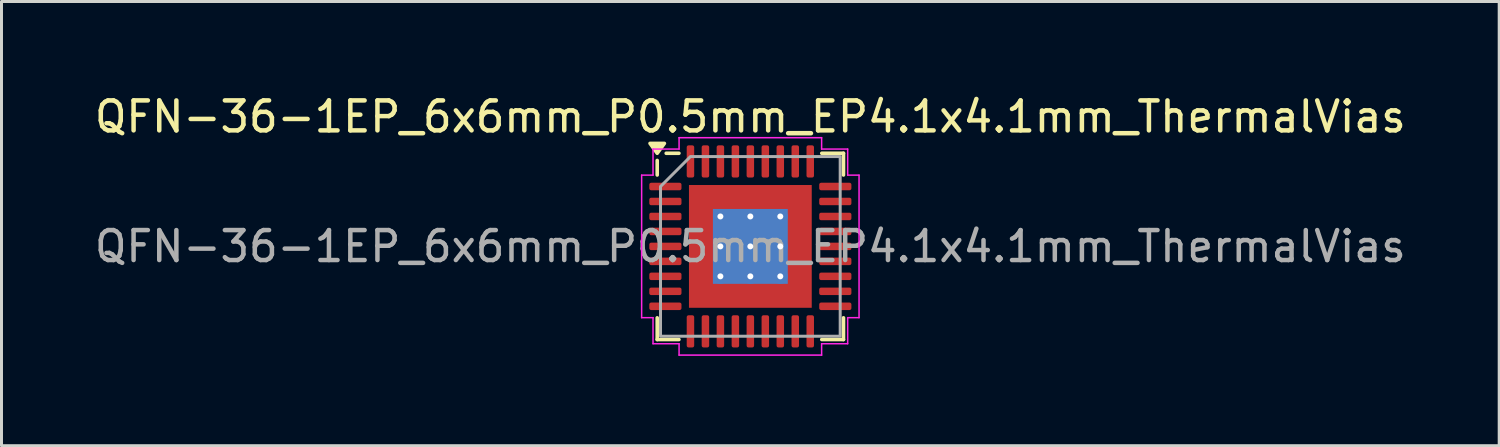
<source format=kicad_pcb>
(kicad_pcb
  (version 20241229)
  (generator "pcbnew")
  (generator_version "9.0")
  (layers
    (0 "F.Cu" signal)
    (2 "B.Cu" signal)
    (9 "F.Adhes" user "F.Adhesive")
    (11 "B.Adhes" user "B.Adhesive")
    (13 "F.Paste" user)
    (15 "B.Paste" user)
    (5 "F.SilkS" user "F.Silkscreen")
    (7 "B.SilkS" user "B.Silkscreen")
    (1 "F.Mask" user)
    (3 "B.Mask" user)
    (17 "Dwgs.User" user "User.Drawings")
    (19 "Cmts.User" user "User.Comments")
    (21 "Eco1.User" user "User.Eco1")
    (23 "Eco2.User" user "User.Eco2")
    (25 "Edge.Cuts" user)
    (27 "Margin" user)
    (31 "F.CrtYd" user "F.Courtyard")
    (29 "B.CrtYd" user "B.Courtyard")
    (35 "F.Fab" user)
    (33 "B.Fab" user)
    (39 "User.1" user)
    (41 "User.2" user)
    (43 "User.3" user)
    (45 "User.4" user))
  (footprint "QFN-36-1EP_6x6mm_P0.5mm_EP4.1x4.1mm_ThermalVias"
    (layer "F.Cu")
    (at 22.006 5.178)
    (property "Reference" "QFN-36-1EP_6x6mm_P0.5mm_EP4.1x4.1mm_ThermalVias" (at 0 -4.33 0) (layer "F.SilkS") (effects (font (size 1 1) (thickness 0.15))))
    (attr smd)
    (fp_line (start -3.11 -2.385) (end -3.11 -2.87) (stroke (width 0.12) (type solid)) (layer "F.SilkS"))
    (fp_line (start -3.11 3.11) (end -3.11 2.385) (stroke (width 0.12) (type solid)) (layer "F.SilkS"))
    (fp_line (start -2.385 -3.11) (end -2.81 -3.11) (stroke (width 0.12) (type solid)) (layer "F.SilkS"))
    (fp_line (start -2.385 3.11) (end -3.11 3.11) (stroke (width 0.12) (type solid)) (layer "F.SilkS"))
    (fp_line (start 2.385 -3.11) (end 3.11 -3.11) (stroke (width 0.12) (type solid)) (layer "F.SilkS"))
    (fp_line (start 2.385 3.11) (end 3.11 3.11) (stroke (width 0.12) (type solid)) (layer "F.SilkS"))
    (fp_line (start 3.11 -3.11) (end 3.11 -2.385) (stroke (width 0.12) (type solid)) (layer "F.SilkS"))
    (fp_line (start 3.11 3.11) (end 3.11 2.385) (stroke (width 0.12) (type solid)) (layer "F.SilkS"))
    (fp_poly (pts (xy -3.11 -3.11) (xy -3.35 -3.44) (xy -2.87 -3.44)) (stroke (width 0.12) (type solid)) (fill yes) (layer "F.SilkS"))
    (fp_line (start -3.63 -2.38) (end -3.25 -2.38) (stroke (width 0.05) (type solid)) (layer "F.CrtYd"))
    (fp_line (start -3.63 2.38) (end -3.63 -2.38) (stroke (width 0.05) (type solid)) (layer "F.CrtYd"))
    (fp_line (start -3.25 -3.25) (end -2.38 -3.25) (stroke (width 0.05) (type solid)) (layer "F.CrtYd"))
    (fp_line (start -3.25 -2.38) (end -3.25 -3.25) (stroke (width 0.05) (type solid)) (layer "F.CrtYd"))
    (fp_line (start -3.25 2.38) (end -3.63 2.38) (stroke (width 0.05) (type solid)) (layer "F.CrtYd"))
    (fp_line (start -3.25 3.25) (end -3.25 2.38) (stroke (width 0.05) (type solid)) (layer "F.CrtYd"))
    (fp_line (start -2.38 -3.63) (end 2.38 -3.63) (stroke (width 0.05) (type solid)) (layer "F.CrtYd"))
    (fp_line (start -2.38 -3.25) (end -2.38 -3.63) (stroke (width 0.05) (type solid)) (layer "F.CrtYd"))
    (fp_line (start -2.38 3.25) (end -3.25 3.25) (stroke (width 0.05) (type solid)) (layer "F.CrtYd"))
    (fp_line (start -2.38 3.63) (end -2.38 3.25) (stroke (width 0.05) (type solid)) (layer "F.CrtYd"))
    (fp_line (start 2.38 -3.63) (end 2.38 -3.25) (stroke (width 0.05) (type solid)) (layer "F.CrtYd"))
    (fp_line (start 2.38 -3.25) (end 3.25 -3.25) (stroke (width 0.05) (type solid)) (layer "F.CrtYd"))
    (fp_line (start 2.38 3.25) (end 2.38 3.63) (stroke (width 0.05) (type solid)) (layer "F.CrtYd"))
    (fp_line (start 2.38 3.63) (end -2.38 3.63) (stroke (width 0.05) (type solid)) (layer "F.CrtYd"))
    (fp_line (start 3.25 -3.25) (end 3.25 -2.38) (stroke (width 0.05) (type solid)) (layer "F.CrtYd"))
    (fp_line (start 3.25 -2.38) (end 3.63 -2.38) (stroke (width 0.05) (type solid)) (layer "F.CrtYd"))
    (fp_line (start 3.25 2.38) (end 3.25 3.25) (stroke (width 0.05) (type solid)) (layer "F.CrtYd"))
    (fp_line (start 3.25 3.25) (end 2.38 3.25) (stroke (width 0.05) (type solid)) (layer "F.CrtYd"))
    (fp_line (start 3.63 -2.38) (end 3.63 2.38) (stroke (width 0.05) (type solid)) (layer "F.CrtYd"))
    (fp_line (start 3.63 2.38) (end 3.25 2.38) (stroke (width 0.05) (type solid)) (layer "F.CrtYd"))
    (fp_poly (pts (xy -3 -2) (xy -3 3) (xy 3 3) (xy 3 -3) (xy -2 -3)) (stroke (width 0.1) (type solid)) (fill no) (layer "F.Fab"))
    (fp_text user "${REFERENCE}" (at 0 0 0) (layer "F.Fab") (effects (font (size 1 1) (thickness 0.15))))
    (pad "" smd roundrect (at -1.37 -1.37) (size 1.1 1.1) (layers "F.Paste") (roundrect_rratio 0.227))
    (pad "" smd roundrect (at -1.37 0) (size 1.1 1.1) (layers "F.Paste") (roundrect_rratio 0.227))
    (pad "" smd roundrect (at -1.37 1.37) (size 1.1 1.1) (layers "F.Paste") (roundrect_rratio 0.227))
    (pad "" smd roundrect (at 0 -1.37) (size 1.1 1.1) (layers "F.Paste") (roundrect_rratio 0.227))
    (pad "" smd roundrect (at 0 0) (size 1.1 1.1) (layers "F.Paste") (roundrect_rratio 0.227))
    (pad "" smd roundrect (at 0 1.37) (size 1.1 1.1) (layers "F.Paste") (roundrect_rratio 0.227))
    (pad "" smd roundrect (at 1.37 -1.37) (size 1.1 1.1) (layers "F.Paste") (roundrect_rratio 0.227))
    (pad "" smd roundrect (at 1.37 0) (size 1.1 1.1) (layers "F.Paste") (roundrect_rratio 0.227))
    (pad "" smd roundrect (at 1.37 1.37) (size 1.1 1.1) (layers "F.Paste") (roundrect_rratio 0.227))
    (pad "1" smd roundrect (at -2.837 -2) (size 1.075 0.25) (layers "F.Cu" "F.Mask" "F.Paste") (roundrect_rratio 0.25))
    (pad "2" smd roundrect (at -2.837 -1.5) (size 1.075 0.25) (layers "F.Cu" "F.Mask" "F.Paste") (roundrect_rratio 0.25))
    (pad "3" smd roundrect (at -2.837 -1) (size 1.075 0.25) (layers "F.Cu" "F.Mask" "F.Paste") (roundrect_rratio 0.25))
    (pad "4" smd roundrect (at -2.837 -0.5) (size 1.075 0.25) (layers "F.Cu" "F.Mask" "F.Paste") (roundrect_rratio 0.25))
    (pad "5" smd roundrect (at -2.837 0) (size 1.075 0.25) (layers "F.Cu" "F.Mask" "F.Paste") (roundrect_rratio 0.25))
    (pad "6" smd roundrect (at -2.837 0.5) (size 1.075 0.25) (layers "F.Cu" "F.Mask" "F.Paste") (roundrect_rratio 0.25))
    (pad "7" smd roundrect (at -2.837 1) (size 1.075 0.25) (layers "F.Cu" "F.Mask" "F.Paste") (roundrect_rratio 0.25))
    (pad "8" smd roundrect (at -2.837 1.5) (size 1.075 0.25) (layers "F.Cu" "F.Mask" "F.Paste") (roundrect_rratio 0.25))
    (pad "9" smd roundrect (at -2.837 2) (size 1.075 0.25) (layers "F.Cu" "F.Mask" "F.Paste") (roundrect_rratio 0.25))
    (pad "10" smd roundrect (at -2 2.837) (size 0.25 1.075) (layers "F.Cu" "F.Mask" "F.Paste") (roundrect_rratio 0.25))
    (pad "11" smd roundrect (at -1.5 2.837) (size 0.25 1.075) (layers "F.Cu" "F.Mask" "F.Paste") (roundrect_rratio 0.25))
    (pad "12" smd roundrect (at -1 2.837) (size 0.25 1.075) (layers "F.Cu" "F.Mask" "F.Paste") (roundrect_rratio 0.25))
    (pad "13" smd roundrect (at -0.5 2.837) (size 0.25 1.075) (layers "F.Cu" "F.Mask" "F.Paste") (roundrect_rratio 0.25))
    (pad "14" smd roundrect (at 0 2.837) (size 0.25 1.075) (layers "F.Cu" "F.Mask" "F.Paste") (roundrect_rratio 0.25))
    (pad "15" smd roundrect (at 0.5 2.837) (size 0.25 1.075) (layers "F.Cu" "F.Mask" "F.Paste") (roundrect_rratio 0.25))
    (pad "16" smd roundrect (at 1 2.837) (size 0.25 1.075) (layers "F.Cu" "F.Mask" "F.Paste") (roundrect_rratio 0.25))
    (pad "17" smd roundrect (at 1.5 2.837) (size 0.25 1.075) (layers "F.Cu" "F.Mask" "F.Paste") (roundrect_rratio 0.25))
    (pad "18" smd roundrect (at 2 2.837) (size 0.25 1.075) (layers "F.Cu" "F.Mask" "F.Paste") (roundrect_rratio 0.25))
    (pad "19" smd roundrect (at 2.837 2) (size 1.075 0.25) (layers "F.Cu" "F.Mask" "F.Paste") (roundrect_rratio 0.25))
    (pad "20" smd roundrect (at 2.837 1.5) (size 1.075 0.25) (layers "F.Cu" "F.Mask" "F.Paste") (roundrect_rratio 0.25))
    (pad "21" smd roundrect (at 2.837 1) (size 1.075 0.25) (layers "F.Cu" "F.Mask" "F.Paste") (roundrect_rratio 0.25))
    (pad "22" smd roundrect (at 2.837 0.5) (size 1.075 0.25) (layers "F.Cu" "F.Mask" "F.Paste") (roundrect_rratio 0.25))
    (pad "23" smd roundrect (at 2.837 0) (size 1.075 0.25) (layers "F.Cu" "F.Mask" "F.Paste") (roundrect_rratio 0.25))
    (pad "24" smd roundrect (at 2.837 -0.5) (size 1.075 0.25) (layers "F.Cu" "F.Mask" "F.Paste") (roundrect_rratio 0.25))
    (pad "25" smd roundrect (at 2.837 -1) (size 1.075 0.25) (layers "F.Cu" "F.Mask" "F.Paste") (roundrect_rratio 0.25))
    (pad "26" smd roundrect (at 2.837 -1.5) (size 1.075 0.25) (layers "F.Cu" "F.Mask" "F.Paste") (roundrect_rratio 0.25))
    (pad "27" smd roundrect (at 2.837 -2) (size 1.075 0.25) (layers "F.Cu" "F.Mask" "F.Paste") (roundrect_rratio 0.25))
    (pad "28" smd roundrect (at 2 -2.837) (size 0.25 1.075) (layers "F.Cu" "F.Mask" "F.Paste") (roundrect_rratio 0.25))
    (pad "29" smd roundrect (at 1.5 -2.837) (size 0.25 1.075) (layers "F.Cu" "F.Mask" "F.Paste") (roundrect_rratio 0.25))
    (pad "30" smd roundrect (at 1 -2.837) (size 0.25 1.075) (layers "F.Cu" "F.Mask" "F.Paste") (roundrect_rratio 0.25))
    (pad "31" smd roundrect (at 0.5 -2.837) (size 0.25 1.075) (layers "F.Cu" "F.Mask" "F.Paste") (roundrect_rratio 0.25))
    (pad "32" smd roundrect (at 0 -2.837) (size 0.25 1.075) (layers "F.Cu" "F.Mask" "F.Paste") (roundrect_rratio 0.25))
    (pad "33" smd roundrect (at -0.5 -2.837) (size 0.25 1.075) (layers "F.Cu" "F.Mask" "F.Paste") (roundrect_rratio 0.25))
    (pad "34" smd roundrect (at -1 -2.837) (size 0.25 1.075) (layers "F.Cu" "F.Mask" "F.Paste") (roundrect_rratio 0.25))
    (pad "35" smd roundrect (at -1.5 -2.837) (size 0.25 1.075) (layers "F.Cu" "F.Mask" "F.Paste") (roundrect_rratio 0.25))
    (pad "36" smd roundrect (at -2 -2.837) (size 0.25 1.075) (layers "F.Cu" "F.Mask" "F.Paste") (roundrect_rratio 0.25))
    (pad "37" thru_hole circle (at -1 -1) (size 0.5 0.5) (drill 0.2) (property pad_prop_heatsink) (layers "*.Cu"))
    (pad "37" thru_hole circle (at -1 0) (size 0.5 0.5) (drill 0.2) (property pad_prop_heatsink) (layers "*.Cu"))
    (pad "37" thru_hole circle (at -1 1) (size 0.5 0.5) (drill 0.2) (property pad_prop_heatsink) (layers "*.Cu"))
    (pad "37" thru_hole circle (at 0 -1) (size 0.5 0.5) (drill 0.2) (property pad_prop_heatsink) (layers "*.Cu"))
    (pad "37" thru_hole circle (at 0 0) (size 0.5 0.5) (drill 0.2) (property pad_prop_heatsink) (layers "*.Cu"))
    (pad "37" smd rect (at 0 0) (size 2.5 2.5) (property pad_prop_heatsink) (layers "B.Cu"))
    (pad "37" smd rect (at 0 0) (size 4.1 4.1) (property pad_prop_heatsink) (layers "F.Cu" "F.Mask"))
    (pad "37" thru_hole circle (at 0 1) (size 0.5 0.5) (drill 0.2) (property pad_prop_heatsink) (layers "*.Cu"))
    (pad "37" thru_hole circle (at 1 -1) (size 0.5 0.5) (drill 0.2) (property pad_prop_heatsink) (layers "*.Cu"))
    (pad "37" thru_hole circle (at 1 0) (size 0.5 0.5) (drill 0.2) (property pad_prop_heatsink) (layers "*.Cu"))
    (pad "37" thru_hole circle (at 1 1) (size 0.5 0.5) (drill 0.2) (property pad_prop_heatsink) (layers "*.Cu")))
  (gr_rect
    (start -3 -3)
    (end 47.012 11.833)
    (stroke (width 0.1) (type default))
    (fill no)
    (layer "Edge.Cuts")))
</source>
